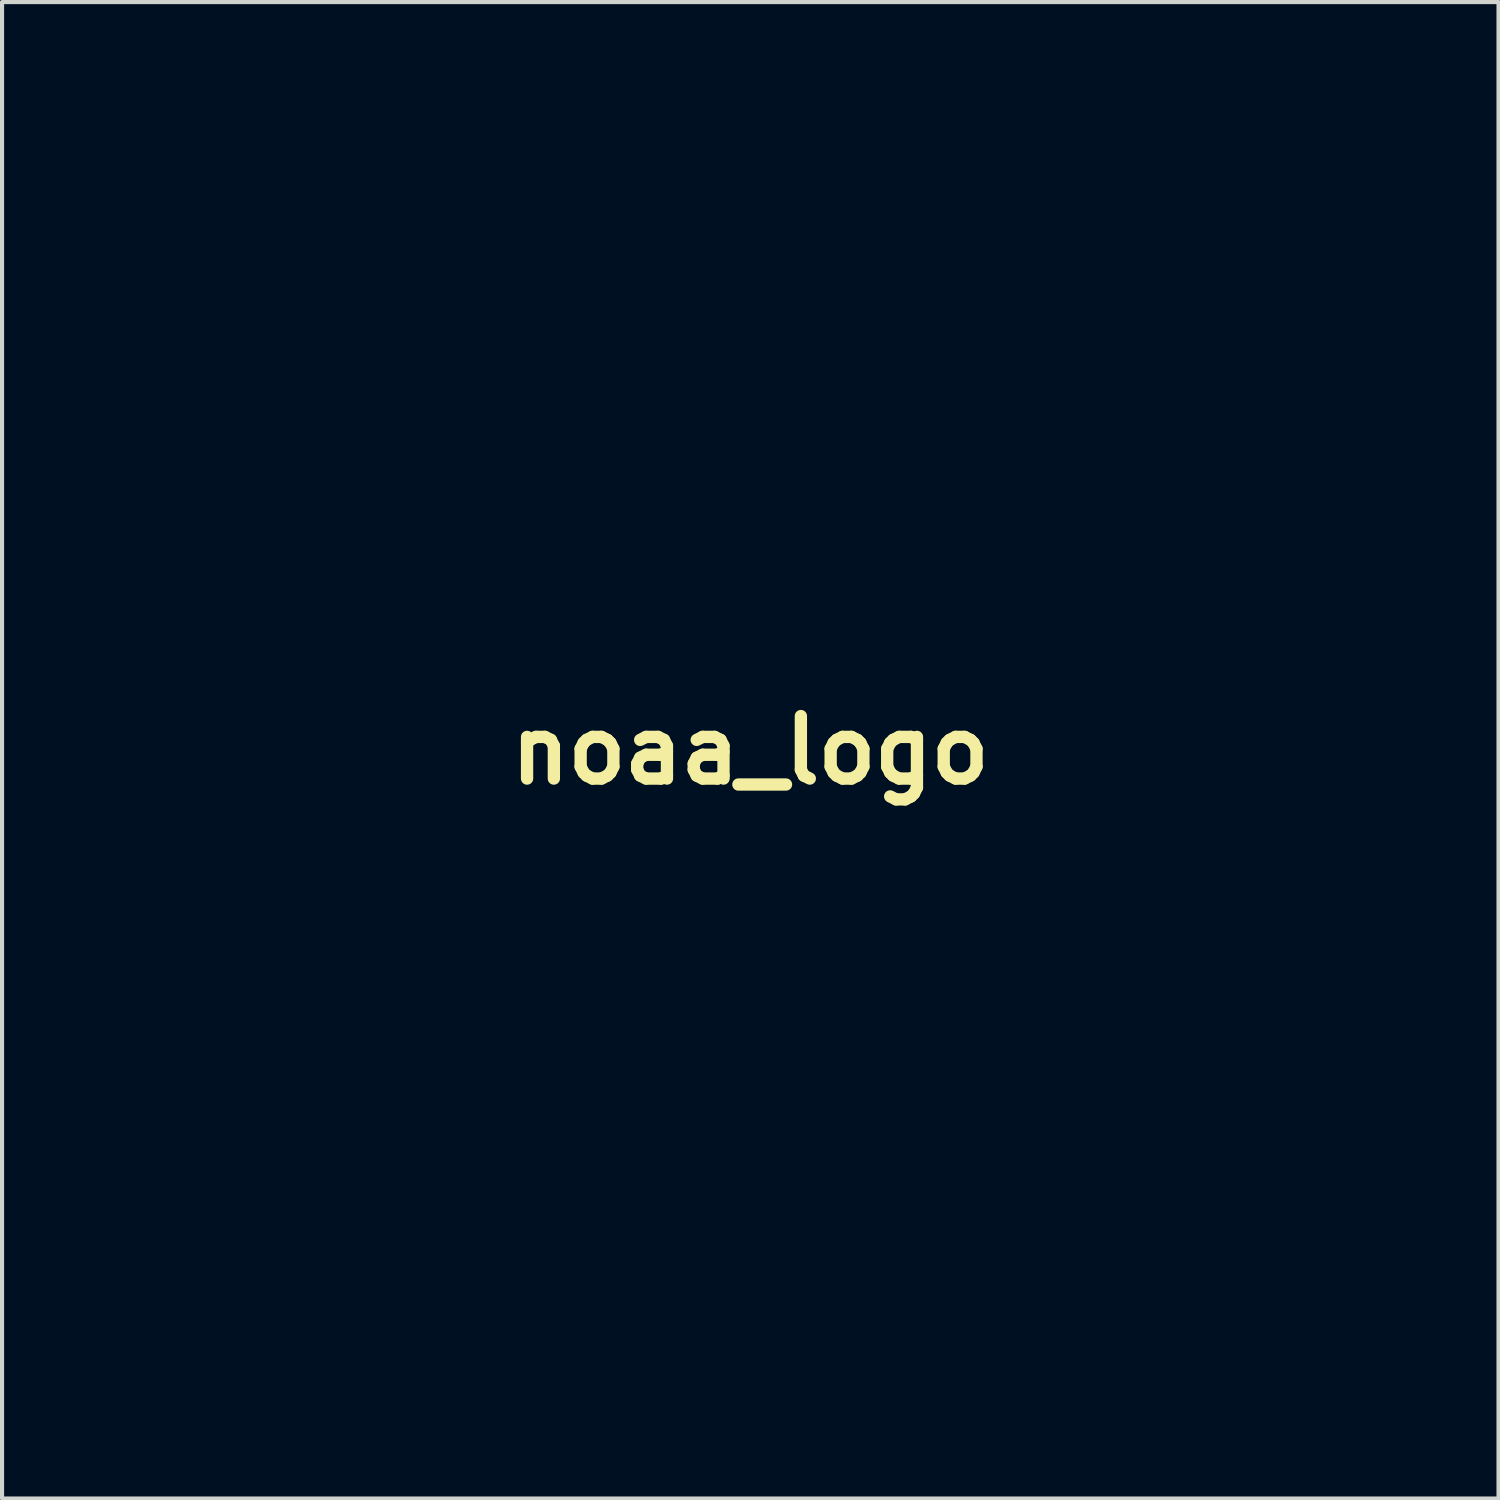
<source format=kicad_pcb>
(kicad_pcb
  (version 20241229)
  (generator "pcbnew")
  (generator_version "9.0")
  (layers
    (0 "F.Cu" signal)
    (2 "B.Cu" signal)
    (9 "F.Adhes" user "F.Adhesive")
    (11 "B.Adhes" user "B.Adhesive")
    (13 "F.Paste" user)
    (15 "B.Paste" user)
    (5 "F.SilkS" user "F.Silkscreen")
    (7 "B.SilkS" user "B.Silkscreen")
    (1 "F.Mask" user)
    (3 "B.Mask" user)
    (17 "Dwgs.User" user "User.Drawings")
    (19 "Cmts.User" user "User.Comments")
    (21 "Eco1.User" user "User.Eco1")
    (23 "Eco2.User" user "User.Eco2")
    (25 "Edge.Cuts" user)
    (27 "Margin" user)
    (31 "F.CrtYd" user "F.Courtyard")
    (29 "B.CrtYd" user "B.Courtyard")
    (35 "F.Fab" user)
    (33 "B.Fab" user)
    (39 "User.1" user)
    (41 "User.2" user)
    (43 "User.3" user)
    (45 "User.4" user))
  (footprint "noaa_logo"
    (layer "F.Cu")
    (at 15.245 15.245)
    (property "Reference" "noaa_logo" (at 0 0 0) (layer "F.SilkS") (effects (font (size 1.524 1.524) (thickness 0.3))))
    (attr through_hole)
    (fp_poly (pts (xy -11.051 -9.675) (xy -11.004 -9.651) (xy -10.892 -9.529) (xy -10.892 -9.439) (xy -10.975 -9.325) (xy -11.087 -9.367) (xy -11.211 -9.525) (xy -11.283 -9.684) (xy -11.228 -9.735) (xy -11.051 -9.675)) (stroke (width 0.01) (type solid)) (fill no) (layer "Eco2.User"))
    (fp_poly (pts (xy 10.739 -10.303) (xy 10.729 -10.202) (xy 10.665 -10.07) (xy 10.54 -9.926) (xy 10.421 -9.939) (xy 10.357 -10.042) (xy 10.374 -10.192) (xy 10.511 -10.301) (xy 10.647 -10.328) (xy 10.739 -10.303)) (stroke (width 0.01) (type solid)) (fill no) (layer "Eco2.User"))
    (fp_poly (pts (xy -13.999 -3.419) (xy -14.015 -3.281) (xy -14.033 -3.232) (xy -14.086 -3.116) (xy -14.158 -3.102) (xy -14.305 -3.187) (xy -14.341 -3.211) (xy -14.582 -3.369) (xy -14.312 -3.428) (xy -14.089 -3.462) (xy -13.999 -3.419)) (stroke (width 0.01) (type solid)) (fill no) (layer "Eco2.User"))
    (fp_poly (pts (xy -7.043 12.35) (xy -7.065 12.524) (xy -7.075 12.563) (xy -7.15 12.746) (xy -7.25 12.765) (xy -7.36 12.665) (xy -7.404 12.555) (xy -7.313 12.445) (xy -7.269 12.413) (xy -7.105 12.318) (xy -7.043 12.35)) (stroke (width 0.01) (type solid)) (fill no) (layer "Eco2.User"))
    (fp_poly (pts (xy -2.882 -14.587) (xy -2.834 -14.525) (xy -2.722 -14.318) (xy -2.746 -14.183) (xy -2.888 -14.139) (xy -3.017 -14.175) (xy -3.015 -14.273) (xy -2.966 -14.48) (xy -2.961 -14.548) (xy -2.945 -14.634) (xy -2.882 -14.587)) (stroke (width 0.01) (type solid)) (fill no) (layer "Eco2.User"))
    (fp_poly (pts (xy -0.88 14.295) (xy -0.762 14.476) (xy -0.618 14.73) (xy -0.616 14.733) (xy -0.343 15.24) (xy -1.058 15.24) (xy -1.03 14.732) (xy -1.006 14.464) (xy -0.974 14.281) (xy -0.945 14.225) (xy -0.88 14.295)) (stroke (width 0.01) (type solid)) (fill no) (layer "Eco2.User"))
    (fp_poly (pts (xy 14.592 -0.799) (xy 14.705 -0.756) (xy 14.944 -0.665) (xy 14.732 -0.547) (xy 14.527 -0.447) (xy 14.426 -0.454) (xy 14.395 -0.575) (xy 14.393 -0.635) (xy 14.4 -0.787) (xy 14.451 -0.835) (xy 14.592 -0.799)) (stroke (width 0.01) (type solid)) (fill no) (layer "Eco2.User"))
    (fp_poly (pts (xy -14.224 2.359) (xy -14.196 2.506) (xy -14.173 2.575) (xy -14.149 2.662) (xy -14.193 2.692) (xy -14.342 2.671) (xy -14.505 2.636) (xy -14.744 2.582) (xy -14.484 2.429) (xy -14.315 2.35) (xy -14.228 2.347) (xy -14.224 2.359)) (stroke (width 0.01) (type solid)) (fill no) (layer "Eco2.User"))
    (fp_poly (pts (xy -7.166 -12.976) (xy -7.049 -12.836) (xy -6.979 -12.689) (xy -6.982 -12.621) (xy -7.1 -12.53) (xy -7.218 -12.583) (xy -7.295 -12.76) (xy -7.299 -12.785) (xy -7.309 -12.962) (xy -7.281 -13.039) (xy -7.28 -13.039) (xy -7.166 -12.976)) (stroke (width 0.01) (type solid)) (fill no) (layer "Eco2.User"))
    (fp_poly (pts (xy -10.092 9.762) (xy -9.938 9.981) (xy -9.936 10.175) (xy -10.089 10.38) (xy -10.166 10.449) (xy -10.396 10.615) (xy -10.567 10.653) (xy -10.73 10.563) (xy -10.822 10.473) (xy -11.005 10.278) (xy -10.641 9.921) (xy -10.277 9.564) (xy -10.092 9.762)) (stroke (width 0.01) (type solid)) (fill no) (layer "Eco2.User"))
    (fp_poly (pts (xy 4.093 -14.511) (xy 4.256 -14.389) (xy 4.348 -14.248) (xy 4.348 -14.179) (xy 4.236 -14.091) (xy 4.039 -14.057) (xy 3.833 -14.084) (xy 3.757 -14.119) (xy 3.708 -14.235) (xy 3.744 -14.399) (xy 3.836 -14.531) (xy 3.915 -14.563) (xy 4.093 -14.511)) (stroke (width 0.01) (type solid)) (fill no) (layer "Eco2.User"))
    (fp_poly (pts (xy 7.857 -12.855) (xy 8.055 -12.715) (xy 8.118 -12.61) (xy 8.063 -12.502) (xy 8.026 -12.463) (xy 7.863 -12.37) (xy 7.674 -12.417) (xy 7.531 -12.517) (xy 7.402 -12.642) (xy 7.4 -12.75) (xy 7.462 -12.85) (xy 7.585 -13.027) (xy 7.857 -12.855)) (stroke (width 0.01) (type solid)) (fill no) (layer "Eco2.User"))
    (fp_poly (pts (xy 11.664 8.396) (xy 11.712 8.509) (xy 11.65 8.681) (xy 11.62 8.734) (xy 11.463 8.929) (xy 11.314 8.959) (xy 11.181 8.853) (xy 11.129 8.729) (xy 11.19 8.567) (xy 11.222 8.515) (xy 11.389 8.333) (xy 11.551 8.316) (xy 11.664 8.396)) (stroke (width 0.01) (type solid)) (fill no) (layer "Eco2.User"))
    (fp_poly (pts (xy 14.875 -2.3) (xy 14.924 -2.097) (xy 14.924 -2.095) (xy 14.925 -1.833) (xy 14.85 -1.668) (xy 14.722 -1.625) (xy 14.58 -1.71) (xy 14.495 -1.879) (xy 14.485 -2.088) (xy 14.544 -2.263) (xy 14.612 -2.319) (xy 14.785 -2.363) (xy 14.875 -2.3)) (stroke (width 0.01) (type solid)) (fill no) (layer "Eco2.User"))
    (fp_poly (pts (xy -8.082 11.467) (xy -8.039 11.501) (xy -7.903 11.672) (xy -7.904 11.818) (xy -8.009 11.91) (xy -8.184 11.922) (xy -8.397 11.825) (xy -8.409 11.816) (xy -8.512 11.705) (xy -8.484 11.578) (xy -8.452 11.522) (xy -8.345 11.382) (xy -8.241 11.364) (xy -8.082 11.467)) (stroke (width 0.01) (type solid)) (fill no) (layer "Eco2.User"))
    (fp_poly (pts (xy 11.696 -9.489) (xy 11.834 -9.239) (xy 11.81 -9.015) (xy 11.657 -8.82) (xy 11.434 -8.683) (xy 11.191 -8.64) (xy 10.993 -8.697) (xy 10.946 -8.742) (xy 10.841 -8.905) (xy 10.835 -9.037) (xy 10.941 -9.182) (xy 11.147 -9.362) (xy 11.539 -9.683) (xy 11.696 -9.489)) (stroke (width 0.01) (type solid)) (fill no) (layer "Eco2.User"))
    (fp_poly (pts (xy -14.376 -0.983) (xy -14.162 -0.883) (xy -14.014 -0.718) (xy -13.962 -0.515) (xy -14.036 -0.297) (xy -14.103 -0.218) (xy -14.315 -0.109) (xy -14.587 -0.093) (xy -14.836 -0.167) (xy -14.931 -0.24) (xy -15.056 -0.478) (xy -15.03 -0.714) (xy -14.882 -0.884) (xy -14.627 -0.992) (xy -14.376 -0.983)) (stroke (width 0.01) (type solid)) (fill no) (layer "Eco2.User"))
    (fp_poly (pts (xy 14.647 2.044) (xy 14.831 2.2) (xy 14.901 2.405) (xy 14.83 2.645) (xy 14.647 2.806) (xy 14.395 2.869) (xy 14.12 2.819) (xy 13.989 2.747) (xy 13.835 2.549) (xy 13.814 2.306) (xy 13.932 2.082) (xy 13.934 2.08) (xy 14.146 1.967) (xy 14.401 1.96) (xy 14.647 2.044)) (stroke (width 0.01) (type solid)) (fill no) (layer "Eco2.User"))
    (fp_poly (pts (xy -12.996 -6.493) (xy -12.769 -6.323) (xy -12.7 -6.223) (xy -12.637 -6.048) (xy -12.681 -5.888) (xy -12.732 -5.804) (xy -12.936 -5.63) (xy -13.202 -5.592) (xy -13.489 -5.694) (xy -13.528 -5.72) (xy -13.685 -5.919) (xy -13.714 -6.163) (xy -13.615 -6.389) (xy -13.518 -6.476) (xy -13.267 -6.55) (xy -12.996 -6.493)) (stroke (width 0.01) (type solid)) (fill no) (layer "Eco2.User"))
    (fp_poly (pts (xy -5.982 12.673) (xy -5.812 12.763) (xy -5.776 12.785) (xy -5.599 12.91) (xy -5.55 13.013) (xy -5.588 13.124) (xy -5.672 13.25) (xy -5.771 13.277) (xy -5.94 13.209) (xy -6.032 13.16) (xy -6.214 13.039) (xy -6.253 12.925) (xy -6.164 12.765) (xy -6.16 12.759) (xy -6.078 12.673) (xy -5.982 12.673)) (stroke (width 0.01) (type solid)) (fill no) (layer "Eco2.User"))
    (fp_poly (pts (xy 1.522 -14.979) (xy 1.687 -14.82) (xy 1.765 -14.587) (xy 1.728 -14.312) (xy 1.708 -14.265) (xy 1.534 -14.03) (xy 1.308 -13.946) (xy 1.095 -13.999) (xy 0.95 -14.113) (xy 0.88 -14.306) (xy 0.863 -14.454) (xy 0.863 -14.697) (xy 0.927 -14.844) (xy 1.057 -14.951) (xy 1.302 -15.034) (xy 1.522 -14.979)) (stroke (width 0.01) (type solid)) (fill no) (layer "Eco2.User"))
    (fp_poly (pts (xy 2.739 13.819) (xy 2.948 13.95) (xy 3.093 14.163) (xy 3.133 14.37) (xy 3.07 14.577) (xy 2.919 14.772) (xy 2.735 14.89) (xy 2.667 14.901) (xy 2.517 14.845) (xy 2.371 14.732) (xy 2.25 14.523) (xy 2.203 14.259) (xy 2.236 14.015) (xy 2.303 13.902) (xy 2.51 13.795) (xy 2.739 13.819)) (stroke (width 0.01) (type solid)) (fill no) (layer "Eco2.User"))
    (fp_poly (pts (xy 7.243 12.242) (xy 7.445 12.415) (xy 7.594 12.696) (xy 7.593 12.951) (xy 7.444 13.152) (xy 7.432 13.161) (xy 7.212 13.275) (xy 7.026 13.254) (xy 6.818 13.091) (xy 6.812 13.085) (xy 6.643 12.829) (xy 6.62 12.569) (xy 6.746 12.344) (xy 6.759 12.332) (xy 7 12.205) (xy 7.243 12.242)) (stroke (width 0.01) (type solid)) (fill no) (layer "Eco2.User"))
    (fp_poly (pts (xy -0.045 -15.23) (xy 0.058 -15.191) (xy 0.065 -15.106) (xy 0.062 -15.092) (xy 0.014 -14.924) (xy -0.057 -14.67) (xy -0.093 -14.541) (xy -0.165 -14.31) (xy -0.227 -14.165) (xy -0.25 -14.14) (xy -0.298 -14.215) (xy -0.379 -14.409) (xy -0.477 -14.682) (xy -0.48 -14.691) (xy -0.664 -15.24) (xy -0.28 -15.24) (xy -0.045 -15.23)) (stroke (width 0.01) (type solid)) (fill no) (layer "Eco2.User"))
    (fp_poly (pts (xy -4.443 -14.204) (xy -4.386 -14.14) (xy -4.278 -13.921) (xy -4.233 -13.662) (xy -4.261 -13.445) (xy -4.371 -13.326) (xy -4.451 -13.291) (xy -4.65 -13.226) (xy -4.771 -13.244) (xy -4.858 -13.37) (xy -4.945 -13.604) (xy -5.041 -13.909) (xy -5.066 -14.094) (xy -5.013 -14.197) (xy -4.874 -14.255) (xy -4.81 -14.27) (xy -4.593 -14.288) (xy -4.443 -14.204)) (stroke (width 0.01) (type solid)) (fill no) (layer "Eco2.User"))
    (fp_poly (pts (xy -4.091 -7.871) (xy -3.829 -7.857) (xy -3.657 -7.824) (xy -3.537 -7.764) (xy -3.429 -7.67) (xy -3.423 -7.664) (xy -3.347 -7.584) (xy -3.293 -7.501) (xy -3.257 -7.388) (xy -3.236 -7.217) (xy -3.227 -6.963) (xy -3.228 -6.598) (xy -3.235 -6.095) (xy -3.236 -5.992) (xy -3.26 -4.53) (xy -3.937 -4.53) (xy -3.984 -7.291) (xy -4.299 -7.265) (xy -4.614 -7.239) (xy -4.661 -4.487) (xy -5.334 -4.487) (xy -5.334 -7.874) (xy -4.483 -7.874) (xy -4.091 -7.871)) (stroke (width 0.01) (type solid)) (fill no) (layer "Eco2.User"))
    (fp_poly (pts (xy 1.543 -7.865) (xy 1.773 -7.834) (xy 1.927 -7.771) (xy 2.015 -7.702) (xy 2.114 -7.598) (xy 2.186 -7.48) (xy 2.235 -7.321) (xy 2.263 -7.095) (xy 2.276 -6.776) (xy 2.276 -6.337) (xy 2.268 -5.842) (xy 2.244 -4.53) (xy 1.566 -4.53) (xy 1.524 -5.165) (xy 1.482 -5.8) (xy 0.889 -5.8) (xy 0.864 -5.144) (xy 0.84 -4.487) (xy 0.519 -4.487) (xy 0.296 -4.501) (xy 0.154 -4.535) (xy 0.141 -4.544) (xy 0.116 -4.652) (xy 0.098 -4.894) (xy 0.088 -5.236) (xy 0.085 -5.64) (xy 0.089 -6.073) (xy 0.099 -6.5) (xy 0.103 -6.605) (xy 0.856 -6.605) (xy 0.911 -6.432) (xy 1.046 -6.364) (xy 1.206 -6.366) (xy 1.369 -6.39) (xy 1.451 -6.454) (xy 1.479 -6.603) (xy 1.482 -6.816) (xy 1.482 -7.239) (xy 1.185 -7.239) (xy 0.992 -7.226) (xy 0.903 -7.156) (xy 0.868 -6.978) (xy 0.862 -6.913) (xy 0.856 -6.605) (xy 0.103 -6.605) (xy 0.115 -6.884) (xy 0.137 -7.191) (xy 0.164 -7.386) (xy 0.173 -7.417) (xy 0.283 -7.631) (xy 0.442 -7.767) (xy 0.686 -7.841) (xy 1.05 -7.869) (xy 1.191 -7.871) (xy 1.543 -7.865)) (stroke (width 0.01) (type solid)) (fill no) (layer "Eco2.User"))
    (fp_poly (pts (xy 4.254 -7.869) (xy 4.48 -7.845) (xy 4.632 -7.792) (xy 4.755 -7.698) (xy 4.788 -7.666) (xy 4.862 -7.586) (xy 4.916 -7.501) (xy 4.953 -7.384) (xy 4.977 -7.208) (xy 4.989 -6.947) (xy 4.994 -6.574) (xy 4.995 -6.063) (xy 4.995 -5.968) (xy 4.995 -4.478) (xy 4.636 -4.504) (xy 4.276 -4.53) (xy 4.226 -5.852) (xy 3.912 -5.826) (xy 3.598 -5.8) (xy 3.574 -5.144) (xy 3.549 -4.487) (xy 2.879 -4.487) (xy 2.879 -5.958) (xy 2.88 -6.495) (xy 2.883 -6.669) (xy 3.565 -6.669) (xy 3.584 -6.489) (xy 3.59 -6.468) (xy 3.7 -6.383) (xy 3.893 -6.353) (xy 4.089 -6.379) (xy 4.205 -6.456) (xy 4.295 -6.733) (xy 4.284 -7.059) (xy 4.276 -7.096) (xy 4.218 -7.225) (xy 4.095 -7.271) (xy 3.913 -7.265) (xy 3.707 -7.235) (xy 3.613 -7.155) (xy 3.577 -6.971) (xy 3.572 -6.913) (xy 3.565 -6.669) (xy 2.883 -6.669) (xy 2.886 -6.89) (xy 2.9 -7.17) (xy 2.923 -7.363) (xy 2.96 -7.496) (xy 3.013 -7.595) (xy 3.054 -7.651) (xy 3.155 -7.763) (xy 3.27 -7.83) (xy 3.442 -7.862) (xy 3.717 -7.873) (xy 3.905 -7.874) (xy 4.254 -7.869)) (stroke (width 0.01) (type solid)) (fill no) (layer "Eco2.User"))
    (fp_poly (pts (xy -1.195 -7.868) (xy -0.971 -7.844) (xy -0.825 -7.79) (xy -0.71 -7.696) (xy -0.692 -7.678) (xy -0.621 -7.592) (xy -0.571 -7.489) (xy -0.538 -7.342) (xy -0.519 -7.12) (xy -0.511 -6.794) (xy -0.508 -6.335) (xy -0.508 -6.211) (xy -0.509 -5.722) (xy -0.515 -5.373) (xy -0.529 -5.134) (xy -0.557 -4.977) (xy -0.603 -4.872) (xy -0.67 -4.789) (xy -0.722 -4.739) (xy -0.893 -4.616) (xy -1.112 -4.547) (xy -1.438 -4.514) (xy -1.463 -4.513) (xy -1.774 -4.512) (xy -2.039 -4.535) (xy -2.171 -4.567) (xy -2.338 -4.657) (xy -2.458 -4.78) (xy -2.54 -4.963) (xy -2.59 -5.231) (xy -2.616 -5.611) (xy -2.624 -6.121) (xy -1.945 -6.121) (xy -1.941 -5.771) (xy -1.929 -5.475) (xy -1.907 -5.275) (xy -1.887 -5.217) (xy -1.769 -5.183) (xy -1.56 -5.179) (xy -1.527 -5.182) (xy -1.228 -5.207) (xy -1.228 -7.239) (xy -1.515 -7.266) (xy -1.749 -7.254) (xy -1.874 -7.182) (xy -1.904 -7.054) (xy -1.926 -6.805) (xy -1.939 -6.48) (xy -1.945 -6.121) (xy -2.624 -6.121) (xy -2.624 -6.128) (xy -2.625 -6.246) (xy -2.623 -6.723) (xy -2.617 -7.061) (xy -2.6 -7.291) (xy -2.569 -7.444) (xy -2.52 -7.548) (xy -2.447 -7.636) (xy -2.417 -7.666) (xy -2.292 -7.773) (xy -2.151 -7.835) (xy -1.946 -7.865) (xy -1.629 -7.874) (xy -1.543 -7.874) (xy -1.195 -7.868)) (stroke (width 0.01) (type solid)) (fill no) (layer "Eco2.User"))
    (fp_poly (pts (xy -0.931 -14.568) (xy -0.919 -14.208) (xy -0.889 -13.966) (xy -0.848 -13.854) (xy -0.805 -13.88) (xy -0.767 -14.056) (xy -0.745 -14.327) (xy -0.72 -14.859) (xy -0.558 -14.436) (xy -0.417 -14.095) (xy -0.308 -13.912) (xy -0.217 -13.882) (xy -0.13 -14) (xy -0.042 -14.237) (xy 0.062 -14.523) (xy 0.155 -14.72) (xy 0.223 -14.808) (xy 0.254 -14.767) (xy 0.252 -14.69) (xy 0.238 -14.395) (xy 0.252 -14.131) (xy 0.29 -13.946) (xy 0.339 -13.885) (xy 0.381 -13.965) (xy 0.41 -14.181) (xy 0.423 -14.502) (xy 0.423 -14.563) (xy 0.423 -15.24) (xy 1.11 -15.24) (xy 0.874 -15.037) (xy 0.695 -14.783) (xy 0.63 -14.468) (xy 0.686 -14.157) (xy 0.798 -13.977) (xy 1.03 -13.833) (xy 1.324 -13.798) (xy 1.611 -13.868) (xy 1.772 -13.984) (xy 2.128 -13.984) (xy 2.132 -13.951) (xy 2.229 -13.775) (xy 2.427 -13.626) (xy 2.658 -13.55) (xy 2.694 -13.548) (xy 2.856 -13.585) (xy 2.916 -13.611) (xy 3.315 -13.611) (xy 3.315 -13.492) (xy 3.378 -13.462) (xy 3.456 -13.533) (xy 3.54 -13.707) (xy 3.546 -13.722) (xy 3.611 -13.874) (xy 3.7 -13.936) (xy 3.856 -13.917) (xy 4.121 -13.825) (xy 4.248 -13.854) (xy 4.403 -13.974) (xy 4.53 -14.132) (xy 4.572 -14.253) (xy 4.494 -14.426) (xy 4.282 -14.588) (xy 3.971 -14.713) (xy 3.959 -14.716) (xy 3.643 -14.802) (xy 3.553 -14.45) (xy 3.475 -14.16) (xy 3.396 -13.894) (xy 3.383 -13.852) (xy 3.315 -13.611) (xy 2.916 -13.611) (xy 2.969 -13.634) (xy 3.104 -13.796) (xy 3.133 -13.96) (xy 3.103 -14.129) (xy 2.987 -14.25) (xy 2.794 -14.351) (xy 2.571 -14.491) (xy 2.459 -14.644) (xy 2.472 -14.777) (xy 2.561 -14.839) (xy 2.738 -14.844) (xy 2.922 -14.771) (xy 3.037 -14.654) (xy 3.048 -14.608) (xy 3.093 -14.493) (xy 3.133 -14.478) (xy 3.202 -14.549) (xy 3.217 -14.644) (xy 3.145 -14.816) (xy 2.963 -14.934) (xy 2.729 -14.988) (xy 2.495 -14.968) (xy 2.319 -14.864) (xy 2.286 -14.817) (xy 2.246 -14.592) (xy 2.36 -14.391) (xy 2.611 -14.242) (xy 2.624 -14.237) (xy 2.843 -14.114) (xy 2.947 -13.957) (xy 2.914 -13.804) (xy 2.896 -13.784) (xy 2.739 -13.73) (xy 2.538 -13.77) (xy 2.367 -13.877) (xy 2.31 -13.974) (xy 2.234 -14.118) (xy 2.156 -14.119) (xy 2.128 -13.984) (xy 1.772 -13.984) (xy 1.775 -13.986) (xy 1.917 -14.243) (xy 1.949 -14.546) (xy 1.879 -14.84) (xy 1.717 -15.071) (xy 1.582 -15.155) (xy 1.633 -15.167) (xy 1.844 -15.179) (xy 2.206 -15.19) (xy 2.71 -15.201) (xy 3.346 -15.21) (xy 4.106 -15.217) (xy 4.981 -15.224) (xy 5.96 -15.229) (xy 7.036 -15.233) (xy 8.199 -15.235) (xy 8.319 -15.235) (xy 15.24 -15.24) (xy 15.24 -8.001) (xy 15.24 -6.91) (xy 15.239 -5.869) (xy 15.237 -4.89) (xy 15.235 -3.986) (xy 15.233 -3.168) (xy 15.23 -2.449) (xy 15.227 -1.841) (xy 15.223 -1.357) (xy 15.22 -1.009) (xy 15.216 -0.808) (xy 15.212 -0.762) (xy 15.125 -0.787) (xy 14.918 -0.854) (xy 14.633 -0.95) (xy 14.563 -0.974) (xy 14.209 -1.092) (xy 13.985 -1.158) (xy 13.862 -1.176) (xy 13.81 -1.152) (xy 13.801 -1.102) (xy 13.873 -1.022) (xy 14.012 -0.966) (xy 14.16 -0.898) (xy 14.217 -0.756) (xy 14.224 -0.618) (xy 14.197 -0.398) (xy 14.099 -0.294) (xy 14.055 -0.279) (xy 13.917 -0.194) (xy 13.885 -0.118) (xy 13.92 -0.064) (xy 14.044 -0.077) (xy 14.285 -0.162) (xy 14.33 -0.179) (xy 14.707 -0.329) (xy 14.956 -0.426) (xy 15.104 -0.481) (xy 15.18 -0.504) (xy 15.203 -0.508) (xy 15.228 -0.433) (xy 15.24 -0.25) (xy 15.24 -0.212) (xy 15.219 -0.016) (xy 15.166 0.082) (xy 15.155 0.085) (xy 15.092 0.157) (xy 15.071 0.296) (xy 15.063 0.403) (xy 15.017 0.466) (xy 14.896 0.497) (xy 14.667 0.507) (xy 14.419 0.508) (xy 14.069 0.521) (xy 13.882 0.554) (xy 13.857 0.598) (xy 13.989 0.644) (xy 14.276 0.681) (xy 14.478 0.694) (xy 14.774 0.712) (xy 14.942 0.743) (xy 15.021 0.805) (xy 15.051 0.916) (xy 15.055 0.954) (xy 15.098 1.106) (xy 15.161 1.139) (xy 15.175 1.214) (xy 15.188 1.451) (xy 15.2 1.843) (xy 15.21 2.384) (xy 15.219 3.068) (xy 15.227 3.886) (xy 15.233 4.832) (xy 15.237 5.9) (xy 15.239 7.082) (xy 15.24 8.165) (xy 15.24 15.24) (xy 0.762 15.24) (xy 0.762 14.653) (xy 0.767 14.343) (xy 0.771 14.309) (xy 1.994 14.309) (xy 2.059 14.634) (xy 2.23 14.876) (xy 2.471 15.018) (xy 2.743 15.045) (xy 3.011 14.939) (xy 3.154 14.807) (xy 3.286 14.537) (xy 3.294 14.241) (xy 3.194 13.962) (xy 3.006 13.746) (xy 2.748 13.637) (xy 2.67 13.631) (xy 2.332 13.698) (xy 2.105 13.89) (xy 2 14.196) (xy 1.994 14.309) (xy 0.771 14.309) (xy 0.788 14.163) (xy 0.838 14.076) (xy 0.928 14.042) (xy 0.946 14.039) (xy 1.11 13.969) (xy 1.169 13.894) (xy 1.158 13.814) (xy 1.025 13.824) (xy 1.006 13.829) (xy 0.79 13.864) (xy 0.51 13.883) (xy 0.445 13.884) (xy 0.225 13.903) (xy 0.097 13.948) (xy 0.085 13.97) (xy 0.158 14.029) (xy 0.336 14.055) (xy 0.339 14.055) (xy 0.593 14.055) (xy 0.593 15.24) (xy -0.128 15.24) (xy -0.097 14.563) (xy -0.091 14.184) (xy -0.113 13.955) (xy -0.156 13.885) (xy -0.208 13.963) (xy -0.25 14.169) (xy -0.271 14.415) (xy -0.296 14.944) (xy -0.567 14.478) (xy -0.721 14.214) (xy -0.848 13.998) (xy -0.911 13.892) (xy -1.013 13.793) (xy -1.095 13.851) (xy -1.153 14.056) (xy -1.183 14.396) (xy -1.185 14.568) (xy -1.185 15.24) (xy -15.24 15.24) (xy -15.24 15.059) (xy -2.558 15.059) (xy -2.232 15.093) (xy -1.883 15.127) (xy -1.671 15.139) (xy -1.563 15.128) (xy -1.526 15.095) (xy -1.524 15.079) (xy -1.6 15.025) (xy -1.794 14.97) (xy -1.953 14.943) (xy -2.211 14.895) (xy -2.328 14.836) (xy -2.334 14.759) (xy -2.29 14.592) (xy -2.286 14.544) (xy -2.208 14.494) (xy -1.985 14.498) (xy -1.905 14.507) (xy -1.679 14.524) (xy -1.543 14.506) (xy -1.524 14.485) (xy -1.6 14.39) (xy -1.795 14.326) (xy -1.992 14.309) (xy -2.197 14.263) (xy -2.259 14.127) (xy -2.232 14.012) (xy -2.165 13.925) (xy -2.024 13.902) (xy -1.808 13.925) (xy -1.567 13.94) (xy -1.449 13.907) (xy -1.47 13.848) (xy -1.642 13.783) (xy -1.704 13.769) (xy -2 13.716) (xy -2.2 13.716) (xy -2.327 13.793) (xy -2.407 13.972) (xy -2.462 14.277) (xy -2.5 14.578) (xy -2.558 15.059) (xy -15.24 15.059) (xy -15.24 14.538) (xy -4.199 14.538) (xy -4.191 14.633) (xy -4.113 14.625) (xy -4.029 14.479) (xy -3.954 14.225) (xy -3.932 14.112) (xy -3.878 13.907) (xy -3.818 13.86) (xy -3.763 13.964) (xy -3.721 14.207) (xy -3.709 14.344) (xy -3.678 14.591) (xy -3.627 14.755) (xy -3.596 14.79) (xy -3.51 14.738) (xy -3.374 14.574) (xy -3.225 14.352) (xy -3.077 14.113) (xy -2.966 13.945) (xy -2.918 13.885) (xy -2.925 13.959) (xy -2.966 14.149) (xy -3.012 14.33) (xy -3.089 14.629) (xy -3.123 14.801) (xy -3.115 14.879) (xy -3.069 14.901) (xy -3.051 14.901) (xy -2.983 14.827) (xy -2.905 14.641) (xy -2.877 14.541) (xy -2.799 14.243) (xy -2.725 13.961) (xy -2.712 13.912) (xy -2.681 13.708) (xy -2.735 13.61) (xy -2.761 13.597) (xy -2.88 13.64) (xy -3.057 13.831) (xy -3.195 14.026) (xy -3.363 14.272) (xy -3.464 14.393) (xy -3.521 14.405) (xy -3.559 14.326) (xy -3.567 14.299) (xy -3.606 14.081) (xy -3.63 13.802) (xy -3.632 13.746) (xy -3.668 13.498) (xy 3.387 13.498) (xy 3.41 13.586) (xy 3.467 13.765) (xy 3.467 13.767) (xy 3.541 14.011) (xy 3.623 14.307) (xy 3.64 14.372) (xy 3.723 14.608) (xy 3.806 14.722) (xy 3.864 14.707) (xy 3.875 14.554) (xy 3.859 14.443) (xy 3.837 14.248) (xy 3.893 14.144) (xy 4.068 14.067) (xy 4.104 14.055) (xy 4.298 13.973) (xy 4.399 13.893) (xy 4.403 13.879) (xy 4.399 13.822) (xy 4.357 13.808) (xy 4.23 13.838) (xy 4.068 13.884) (xy 3.844 13.926) (xy 3.726 13.885) (xy 3.71 13.863) (xy 3.646 13.683) (xy 3.733 13.564) (xy 3.938 13.499) (xy 4.171 13.429) (xy 4.192 13.414) (xy 5.183 13.414) (xy 5.286 13.7) (xy 5.479 13.914) (xy 5.73 14.033) (xy 6.007 14.033) (xy 6.263 13.904) (xy 6.404 13.718) (xy 6.416 13.502) (xy 6.387 13.342) (xy 6.354 13.337) (xy 6.318 13.42) (xy 6.204 13.676) (xy 6.091 13.811) (xy 5.939 13.865) (xy 5.914 13.868) (xy 5.68 13.824) (xy 5.497 13.662) (xy 5.39 13.432) (xy 5.38 13.184) (xy 5.491 12.967) (xy 5.496 12.961) (xy 5.703 12.814) (xy 5.88 12.797) (xy 5.969 12.869) (xy 6.072 12.948) (xy 6.164 12.923) (xy 6.181 12.868) (xy 6.112 12.771) (xy 6.042 12.728) (xy 6.43 12.728) (xy 6.535 13.028) (xy 6.682 13.215) (xy 6.967 13.414) (xy 7.248 13.446) (xy 7.52 13.311) (xy 7.582 13.254) (xy 7.756 12.976) (xy 7.77 12.668) (xy 7.623 12.351) (xy 7.57 12.283) (xy 7.308 12.073) (xy 7.02 12.03) (xy 6.718 12.154) (xy 6.658 12.198) (xy 6.47 12.439) (xy 6.43 12.728) (xy 6.042 12.728) (xy 5.981 12.69) (xy 5.737 12.662) (xy 5.481 12.751) (xy 5.276 12.926) (xy 5.199 13.083) (xy 5.183 13.414) (xy 4.192 13.414) (xy 4.304 13.339) (xy 4.303 13.249) (xy 4.302 13.249) (xy 4.215 13.254) (xy 4.025 13.295) (xy 3.792 13.356) (xy 3.571 13.422) (xy 3.42 13.476) (xy 3.387 13.498) (xy -3.668 13.498) (xy -3.672 13.469) (xy -3.771 13.345) (xy -3.841 13.325) (xy -3.894 13.347) (xy -3.943 13.441) (xy -4.003 13.635) (xy -4.086 13.958) (xy -4.107 14.043) (xy -4.169 14.325) (xy -4.199 14.538) (xy -15.24 14.538) (xy -15.24 13.618) (xy -6.703 13.618) (xy -6.684 13.677) (xy -6.603 13.643) (xy -6.517 13.491) (xy -6.508 13.466) (xy -6.423 13.287) (xy -6.316 13.241) (xy -6.235 13.258) (xy -5.983 13.371) (xy -5.874 13.534) (xy -5.882 13.774) (xy -5.895 13.984) (xy -5.846 14.047) (xy -5.759 13.963) (xy -5.681 13.787) (xy -5.627 13.596) (xy -5.62 13.487) (xy -5.623 13.484) (xy -5.597 13.406) (xy -5.491 13.28) (xy -5.364 13.087) (xy -5.373 13.028) (xy -5.132 13.028) (xy -5 13.101) (xy -4.974 13.111) (xy -4.809 13.186) (xy -4.741 13.235) (xy -4.767 13.325) (xy -4.833 13.528) (xy -4.911 13.758) (xy -5.017 14.077) (xy -5.067 14.268) (xy -5.066 14.363) (xy -5.019 14.393) (xy -5.002 14.393) (xy -4.939 14.319) (xy -4.846 14.125) (xy -4.744 13.852) (xy -4.742 13.846) (xy -4.643 13.558) (xy -4.567 13.399) (xy -4.486 13.336) (xy -4.371 13.338) (xy -4.299 13.351) (xy -4.12 13.37) (xy -4.08 13.334) (xy -4.161 13.261) (xy -4.349 13.165) (xy -4.573 13.081) (xy -4.821 13.012) (xy -5.015 12.982) (xy -5.128 12.988) (xy -5.132 13.028) (xy -5.373 13.028) (xy -5.393 12.905) (xy -5.583 12.722) (xy -5.716 12.64) (xy -5.994 12.498) (xy -6.167 12.455) (xy -6.266 12.506) (xy -6.291 12.552) (xy -6.347 12.682) (xy -6.449 12.911) (xy -6.551 13.141) (xy -6.664 13.429) (xy -6.703 13.618) (xy -15.24 13.618) (xy -15.24 12.89) (xy -8.043 12.89) (xy -8.022 12.946) (xy -7.928 12.931) (xy -7.762 12.861) (xy -7.505 12.815) (xy -7.307 12.911) (xy -7.203 13.125) (xy -7.197 13.211) (xy -7.179 13.411) (xy -7.132 13.459) (xy -7.069 13.37) (xy -6.999 13.155) (xy -6.951 12.926) (xy -6.886 12.505) (xy -6.863 12.228) (xy -6.883 12.074) (xy -6.946 12.023) (xy -6.953 12.023) (xy -7.06 12.072) (xy -7.249 12.201) (xy -7.48 12.375) (xy -7.714 12.564) (xy -7.909 12.736) (xy -8.026 12.858) (xy -8.043 12.89) (xy -15.24 12.89) (xy -15.24 12.236) (xy -9.068 12.236) (xy -9.028 12.257) (xy -8.909 12.157) (xy -8.832 12.071) (xy -8.645 11.854) (xy -8.349 12.029) (xy -8.119 12.138) (xy -7.953 12.142) (xy -7.889 12.116) (xy -7.709 11.95) (xy -7.68 11.742) (xy -7.799 11.511) (xy -8.058 11.277) (xy -8.14 11.223) (xy -8.364 11.084) (xy -8.746 11.631) (xy -8.924 11.905) (xy -9.032 12.113) (xy -9.068 12.236) (xy -15.24 12.236) (xy -15.24 11.284) (xy -10.19 11.284) (xy -9.835 11.615) (xy -9.631 11.786) (xy -9.469 11.886) (xy -9.401 11.897) (xy -9.411 11.819) (xy -9.524 11.67) (xy -9.635 11.559) (xy -9.816 11.384) (xy -9.886 11.276) (xy -9.863 11.19) (xy -9.805 11.125) (xy -9.705 11.042) (xy -9.607 11.043) (xy -9.457 11.136) (xy -9.365 11.205) (xy -9.179 11.326) (xy -9.051 11.37) (xy -9.026 11.359) (xy -9.057 11.268) (xy -9.191 11.134) (xy -9.232 11.102) (xy -9.398 10.948) (xy -9.481 10.808) (xy -9.483 10.79) (xy -9.426 10.649) (xy -9.277 10.623) (xy -9.07 10.712) (xy -8.969 10.786) (xy -8.745 10.952) (xy -8.601 11.006) (xy -8.556 10.943) (xy -8.62 10.859) (xy -8.773 10.716) (xy -8.967 10.555) (xy -9.154 10.414) (xy -9.284 10.335) (xy -9.306 10.329) (xy -9.386 10.389) (xy -9.543 10.546) (xy -9.746 10.77) (xy -9.778 10.807) (xy -10.19 11.284) (xy -15.24 11.284) (xy -15.24 10.287) (xy -11.268 10.287) (xy -10.969 10.562) (xy -10.722 10.759) (xy -10.518 10.828) (xy -10.306 10.784) (xy -10.218 10.743) (xy -9.965 10.552) (xy -9.791 10.304) (xy -9.739 10.099) (xy -9.791 9.925) (xy -9.927 9.703) (xy -10.004 9.607) (xy -10.271 9.303) (xy -10.77 9.795) (xy -11.268 10.287) (xy -15.24 10.287) (xy -15.24 9.318) (xy -12.023 9.318) (xy -11.958 9.396) (xy -11.938 9.398) (xy -11.864 9.329) (xy -11.853 9.266) (xy -11.894 9.178) (xy -11.938 9.186) (xy -12.019 9.295) (xy -12.023 9.318) (xy -15.24 9.318) (xy -15.24 8.278) (xy -12.785 8.278) (xy -12.728 8.405) (xy -12.59 8.582) (xy -12.422 8.754) (xy -12.272 8.87) (xy -12.215 8.89) (xy -12.093 8.845) (xy -11.983 8.776) (xy -11.881 8.601) (xy -11.876 8.321) (xy -11.97 7.968) (xy -11.982 7.938) (xy -11.976 7.798) (xy -11.865 7.728) (xy -11.705 7.751) (xy -11.633 7.796) (xy -11.538 7.974) (xy -11.549 8.151) (xy -11.563 8.326) (xy -11.502 8.364) (xy -11.493 8.361) (xy -11.388 8.249) (xy -11.365 8.047) (xy -11.427 7.817) (xy -11.471 7.737) (xy -11.621 7.583) (xy -11.826 7.548) (xy -11.88 7.552) (xy -12.067 7.589) (xy -12.136 7.688) (xy -12.141 7.832) (xy -12.113 8.106) (xy -12.066 8.361) (xy -12.035 8.548) (xy -12.077 8.624) (xy -12.179 8.636) (xy -12.363 8.572) (xy -12.506 8.418) (xy -12.571 8.233) (xy -12.529 8.083) (xy -12.467 7.952) (xy -12.483 7.893) (xy -12.568 7.903) (xy -12.675 8.013) (xy -12.761 8.167) (xy -12.785 8.278) (xy -15.24 8.278) (xy -15.24 7.882) (xy -15.24 7.71) (xy -13.123 7.71) (xy -13.059 7.787) (xy -13.039 7.789) (xy -12.964 7.72) (xy -12.954 7.657) (xy -12.995 7.57) (xy -13.039 7.578) (xy -13.12 7.686) (xy -13.123 7.71) (xy -15.24 7.71) (xy -15.24 6.598) (xy -15.24 6.527) (xy -13.717 6.527) (xy -13.665 6.772) (xy -13.524 6.983) (xy -13.321 7.102) (xy -13.243 7.112) (xy -13.049 7.074) (xy -12.782 6.978) (xy -12.613 6.899) (xy -12.382 6.768) (xy -12.229 6.655) (xy -12.192 6.603) (xy -12.201 6.544) (xy -12.25 6.531) (xy -12.372 6.573) (xy -12.597 6.679) (xy -12.743 6.75) (xy -13.092 6.888) (xy -13.335 6.904) (xy -13.482 6.795) (xy -13.532 6.654) (xy -13.514 6.482) (xy -13.373 6.321) (xy -13.091 6.151) (xy -12.992 6.103) (xy -12.766 5.976) (xy -12.632 5.86) (xy -12.611 5.78) (xy -12.689 5.757) (xy -12.813 5.799) (xy -13.024 5.903) (xy -13.266 6.038) (xy -13.487 6.174) (xy -13.63 6.28) (xy -13.651 6.303) (xy -13.717 6.527) (xy -15.24 6.527) (xy -15.24 5.473) (xy -15.239 4.496) (xy -15.237 3.657) (xy -15.237 3.558) (xy -14.817 3.558) (xy -14.802 3.617) (xy -14.734 3.632) (xy -14.577 3.601) (xy -14.297 3.52) (xy -14.274 3.513) (xy -14.029 3.449) (xy -13.858 3.423) (xy -13.813 3.431) (xy -13.845 3.508) (xy -13.971 3.669) (xy -14.165 3.878) (xy -14.166 3.878) (xy -14.424 4.165) (xy -14.548 4.363) (xy -14.537 4.469) (xy -14.462 4.487) (xy -14.332 4.466) (xy -14.095 4.412) (xy -13.849 4.348) (xy -13.566 4.264) (xy -13.35 4.185) (xy -13.256 4.137) (xy -13.199 4.049) (xy -13.289 4.022) (xy -13.513 4.059) (xy -13.71 4.112) (xy -13.961 4.18) (xy -14.136 4.215) (xy -14.187 4.213) (xy -14.152 4.139) (xy -14.029 3.975) (xy -13.846 3.756) (xy -13.84 3.75) (xy -13.599 3.456) (xy -13.483 3.264) (xy -13.491 3.167) (xy -13.62 3.155) (xy -13.695 3.169) (xy -14.146 3.285) (xy -14.498 3.393) (xy -14.729 3.486) (xy -14.816 3.555) (xy -14.817 3.558) (xy -15.237 3.558) (xy -15.235 2.946) (xy -15.232 2.602) (xy -14.985 2.602) (xy -14.914 2.7) (xy -14.796 2.75) (xy -14.299 2.862) (xy -13.945 2.929) (xy -13.716 2.956) (xy -13.589 2.943) (xy -13.547 2.892) (xy -13.547 2.885) (xy -13.618 2.812) (xy -13.731 2.779) (xy -13.906 2.673) (xy -13.996 2.506) (xy -14.034 2.314) (xy -13.965 2.183) (xy -13.885 2.117) (xy -13.757 1.985) (xy -13.726 1.884) (xy -13.807 1.88) (xy -13.987 1.95) (xy -14.227 2.069) (xy -14.487 2.217) (xy -14.726 2.368) (xy -14.905 2.502) (xy -14.984 2.595) (xy -14.985 2.602) (xy -15.232 2.602) (xy -15.231 2.352) (xy -15.226 1.865) (xy -15.219 1.474) (xy -15.21 1.17) (xy -15.209 1.159) (xy -15.154 1.159) (xy -15.137 1.52) (xy -15.093 1.774) (xy -15.027 1.899) (xy -14.976 1.899) (xy -14.936 1.791) (xy -14.951 1.652) (xy -14.968 1.547) (xy -14.93 1.482) (xy -14.806 1.441) (xy -14.561 1.408) (xy -14.401 1.392) (xy -14.043 1.342) (xy -13.848 1.286) (xy -13.815 1.236) (xy -13.945 1.201) (xy -14.238 1.193) (xy -14.393 1.2) (xy -14.703 1.214) (xy -14.88 1.206) (xy -14.962 1.168) (xy -14.985 1.088) (xy -14.986 1.045) (xy -15.02 0.873) (xy -15.071 0.804) (xy -15.123 0.845) (xy -15.151 1.032) (xy -15.154 1.159) (xy -15.209 1.159) (xy -15.199 0.94) (xy -15.185 0.776) (xy -15.169 0.667) (xy -15.15 0.602) (xy -15.127 0.571) (xy -15.102 0.563) (xy -15.072 0.568) (xy -15.071 0.568) (xy -14.885 0.587) (xy -14.624 0.578) (xy -14.335 0.55) (xy -14.069 0.506) (xy -13.874 0.455) (xy -13.801 0.404) (xy -13.878 0.359) (xy -14.115 0.346) (xy -14.513 0.364) (xy -14.52 0.364) (xy -15.24 0.415) (xy -15.24 -0.286) (xy -15.074 -0.108) (xy -14.789 0.084) (xy -14.453 0.134) (xy -14.156 0.051) (xy -13.933 -0.108) (xy -13.867 -0.239) (xy -12.944 -0.239) (xy -12.897 1.198) (xy -12.685 2.608) (xy -12.306 3.998) (xy -11.759 5.376) (xy -11.639 5.63) (xy -10.92 6.936) (xy -10.078 8.126) (xy -9.119 9.198) (xy -8.05 10.147) (xy -6.876 10.969) (xy -5.603 11.66) (xy -4.238 12.216) (xy -2.785 12.631) (xy -1.312 12.896) (xy -0.928 12.926) (xy -0.427 12.939) (xy 0.14 12.935) (xy 0.723 12.915) (xy 1.27 12.88) (xy 1.73 12.831) (xy 1.754 12.828) (xy 2.895 12.625) (xy 3.936 12.348) (xy 4.936 11.979) (xy 5.45 11.742) (xy 7.58 11.742) (xy 7.666 11.918) (xy 7.943 12.334) (xy 8.151 12.609) (xy 8.296 12.754) (xy 8.366 12.783) (xy 8.433 12.734) (xy 8.414 12.679) (xy 8.324 12.542) (xy 8.187 12.346) (xy 8.168 12.319) (xy 7.995 12.071) (xy 7.932 11.949) (xy 7.986 11.949) (xy 8.161 12.066) (xy 8.304 12.174) (xy 8.546 12.341) (xy 8.736 12.44) (xy 8.835 12.45) (xy 8.835 12.45) (xy 8.853 12.334) (xy 8.822 12.112) (xy 8.776 11.928) (xy 8.707 11.678) (xy 8.67 11.504) (xy 8.668 11.454) (xy 8.726 11.504) (xy 8.85 11.656) (xy 8.977 11.826) (xy 9.132 12.022) (xy 9.248 12.127) (xy 9.293 12.126) (xy 9.264 12.015) (xy 9.16 11.815) (xy 9.01 11.572) (xy 8.844 11.328) (xy 8.691 11.129) (xy 8.579 11.017) (xy 8.553 11.007) (xy 8.455 11.049) (xy 8.43 11.191) (xy 8.478 11.452) (xy 8.548 11.694) (xy 8.629 11.967) (xy 8.682 12.166) (xy 8.694 12.247) (xy 8.623 12.21) (xy 8.454 12.094) (xy 8.227 11.926) (xy 7.939 11.731) (xy 7.724 11.635) (xy 7.599 11.639) (xy 7.58 11.742) (xy 5.45 11.742) (xy 5.78 11.589) (xy 7.072 10.849) (xy 7.203 10.753) (xy 8.847 10.753) (xy 8.873 10.853) (xy 8.986 11.03) (xy 9.157 11.249) (xy 9.351 11.472) (xy 9.538 11.662) (xy 9.685 11.781) (xy 9.753 11.801) (xy 9.764 11.71) (xy 9.681 11.57) (xy 9.519 11.379) (xy 9.329 11.16) (xy 9.316 11.145) (xy 9.102 10.902) (xy 9.586 11.173) (xy 9.846 11.304) (xy 10.052 11.382) (xy 10.155 11.391) (xy 10.172 11.286) (xy 10.11 11.061) (xy 10.03 10.866) (xy 9.92 10.608) (xy 9.844 10.417) (xy 9.821 10.342) (xy 9.872 10.374) (xy 10.004 10.506) (xy 10.187 10.708) (xy 10.379 10.907) (xy 10.529 11.027) (xy 10.604 11.042) (xy 10.575 10.946) (xy 10.453 10.762) (xy 10.263 10.525) (xy 10.202 10.455) (xy 9.954 10.191) (xy 9.786 10.053) (xy 9.682 10.025) (xy 9.654 10.042) (xy 9.618 10.144) (xy 9.658 10.331) (xy 9.776 10.626) (xy 9.883 10.885) (xy 9.949 11.075) (xy 9.96 11.151) (xy 9.876 11.129) (xy 9.691 11.039) (xy 9.489 10.926) (xy 9.203 10.764) (xy 9.024 10.687) (xy 8.918 10.685) (xy 8.85 10.748) (xy 8.847 10.753) (xy 7.203 10.753) (xy 8.253 9.985) (xy 8.5 9.758) (xy 9.952 9.758) (xy 10.441 10.213) (xy 10.674 10.426) (xy 10.856 10.586) (xy 10.955 10.664) (xy 10.963 10.668) (xy 11.029 10.608) (xy 11.168 10.453) (xy 11.309 10.285) (xy 11.487 10.042) (xy 11.562 9.891) (xy 11.539 9.845) (xy 11.424 9.92) (xy 11.239 10.112) (xy 10.963 10.431) (xy 10.801 10.252) (xy 10.705 10.132) (xy 10.699 10.038) (xy 10.795 9.911) (xy 10.88 9.821) (xy 11.016 9.651) (xy 11.065 9.528) (xy 11.057 9.505) (xy 10.968 9.523) (xy 10.818 9.642) (xy 10.738 9.726) (xy 10.575 9.896) (xy 10.473 9.952) (xy 10.385 9.911) (xy 10.348 9.876) (xy 10.278 9.784) (xy 10.285 9.685) (xy 10.383 9.532) (xy 10.487 9.4) (xy 10.634 9.191) (xy 10.668 9.087) (xy 10.605 9.087) (xy 10.466 9.189) (xy 10.267 9.392) (xy 10.246 9.416) (xy 9.952 9.758) (xy 8.5 9.758) (xy 9.318 9.004) (xy 9.475 8.823) (xy 10.837 8.823) (xy 10.899 8.905) (xy 11.058 9.04) (xy 11.274 9.201) (xy 11.509 9.36) (xy 11.722 9.491) (xy 11.873 9.566) (xy 11.924 9.568) (xy 11.884 9.46) (xy 11.748 9.316) (xy 11.729 9.3) (xy 11.503 9.123) (xy 11.736 8.88) (xy 11.894 8.728) (xy 12.003 8.688) (xy 12.128 8.742) (xy 12.174 8.771) (xy 12.368 8.853) (xy 12.462 8.823) (xy 12.45 8.737) (xy 12.28 8.621) (xy 12.201 8.583) (xy 11.993 8.466) (xy 11.87 8.358) (xy 11.856 8.324) (xy 11.78 8.219) (xy 11.607 8.154) (xy 11.406 8.154) (xy 11.367 8.165) (xy 11.242 8.255) (xy 11.082 8.427) (xy 10.935 8.623) (xy 10.846 8.784) (xy 10.837 8.823) (xy 9.475 8.823) (xy 10.261 7.918) (xy 10.5 7.57) (xy 11.769 7.57) (xy 11.84 7.855) (xy 12.025 8.082) (xy 12.281 8.231) (xy 12.566 8.282) (xy 12.835 8.215) (xy 12.959 8.123) (xy 13.061 7.945) (xy 13.108 7.713) (xy 13.097 7.488) (xy 13.028 7.333) (xy 12.983 7.304) (xy 12.923 7.342) (xy 12.919 7.523) (xy 12.93 7.612) (xy 12.947 7.839) (xy 12.901 7.963) (xy 12.771 8.046) (xy 12.765 8.049) (xy 12.511 8.081) (xy 12.25 7.991) (xy 12.045 7.811) (xy 11.972 7.657) (xy 11.987 7.424) (xy 12.117 7.224) (xy 12.318 7.117) (xy 12.374 7.112) (xy 12.505 7.074) (xy 12.531 7.027) (xy 12.458 6.963) (xy 12.325 6.943) (xy 12.116 7.016) (xy 11.922 7.197) (xy 11.793 7.43) (xy 11.769 7.57) (xy 10.5 7.57) (xy 11.075 6.733) (xy 11.166 6.562) (xy 12.292 6.562) (xy 12.898 6.871) (xy 13.504 7.18) (xy 13.729 6.744) (xy 13.842 6.496) (xy 13.904 6.306) (xy 13.906 6.231) (xy 13.846 6.255) (xy 13.742 6.399) (xy 13.66 6.547) (xy 13.537 6.773) (xy 13.446 6.875) (xy 13.346 6.881) (xy 13.254 6.844) (xy 13.047 6.75) (xy 13.212 6.426) (xy 13.328 6.189) (xy 13.369 6.064) (xy 13.342 6.017) (xy 13.291 6.011) (xy 13.203 6.081) (xy 13.092 6.253) (xy 13.064 6.308) (xy 12.934 6.526) (xy 12.803 6.596) (xy 12.638 6.535) (xy 12.629 6.53) (xy 12.572 6.455) (xy 12.595 6.322) (xy 12.689 6.118) (xy 12.781 5.903) (xy 12.814 5.753) (xy 12.806 5.722) (xy 12.741 5.76) (xy 12.631 5.915) (xy 12.52 6.113) (xy 12.292 6.562) (xy 11.166 6.562) (xy 11.752 5.461) (xy 12.284 4.119) (xy 13.233 4.119) (xy 13.317 4.196) (xy 13.319 4.196) (xy 13.541 4.27) (xy 13.83 4.352) (xy 14.121 4.425) (xy 14.347 4.471) (xy 14.415 4.48) (xy 14.54 4.449) (xy 14.563 4.409) (xy 14.487 4.349) (xy 14.293 4.277) (xy 14.096 4.226) (xy 13.853 4.162) (xy 13.704 4.104) (xy 13.679 4.072) (xy 13.779 4.021) (xy 13.992 3.939) (xy 14.244 3.852) (xy 14.517 3.75) (xy 14.716 3.652) (xy 14.794 3.585) (xy 14.738 3.506) (xy 14.55 3.414) (xy 14.377 3.357) (xy 13.976 3.244) (xy 13.71 3.177) (xy 13.553 3.152) (xy 13.48 3.163) (xy 13.462 3.204) (xy 13.537 3.271) (xy 13.733 3.358) (xy 13.991 3.442) (xy 14.52 3.591) (xy 13.952 3.764) (xy 13.554 3.901) (xy 13.313 4.02) (xy 13.233 4.119) (xy 12.284 4.119) (xy 12.288 4.11) (xy 12.675 2.688) (xy 12.746 2.266) (xy 13.633 2.266) (xy 13.64 2.548) (xy 13.793 2.827) (xy 13.815 2.852) (xy 14.07 3.014) (xy 14.377 3.061) (xy 14.676 2.993) (xy 14.895 2.825) (xy 15.04 2.532) (xy 15.035 2.248) (xy 14.899 2.006) (xy 14.649 1.839) (xy 14.313 1.778) (xy 13.986 1.845) (xy 13.754 2.019) (xy 13.633 2.266) (xy 12.746 2.266) (xy 12.876 1.491) (xy 12.888 1.338) (xy 13.797 1.338) (xy 13.824 1.406) (xy 13.828 1.41) (xy 13.895 1.44) (xy 14.051 1.473) (xy 14.319 1.512) (xy 14.72 1.56) (xy 15.05 1.597) (xy 15.145 1.542) (xy 15.155 1.494) (xy 15.095 1.425) (xy 14.902 1.372) (xy 14.56 1.329) (xy 14.506 1.325) (xy 14.123 1.299) (xy 13.892 1.303) (xy 13.797 1.338) (xy 12.888 1.338) (xy 12.924 0.887) (xy 12.94 0.178) (xy 12.925 -0.577) (xy 12.883 -1.324) (xy 12.813 -2.003) (xy 12.761 -2.329) (xy 13.677 -2.329) (xy 13.68 -2.275) (xy 13.716 -2.258) (xy 13.898 -2.229) (xy 14.055 -2.229) (xy 14.196 -2.218) (xy 14.264 -2.127) (xy 14.293 -1.925) (xy 14.297 -1.713) (xy 14.24 -1.611) (xy 14.083 -1.559) (xy 14.06 -1.555) (xy 13.879 -1.487) (xy 13.801 -1.396) (xy 13.801 -1.392) (xy 13.836 -1.327) (xy 13.967 -1.339) (xy 14.076 -1.372) (xy 14.353 -1.434) (xy 14.605 -1.453) (xy 14.844 -1.464) (xy 14.992 -1.536) (xy 15.068 -1.699) (xy 15.09 -1.982) (xy 15.084 -2.232) (xy 15.071 -2.56) (xy 14.505 -2.499) (xy 14.105 -2.446) (xy 13.824 -2.388) (xy 13.677 -2.329) (xy 12.761 -2.329) (xy 12.743 -2.446) (xy 12.642 -2.892) (xy 12.603 -3.037) (xy 13.5 -3.037) (xy 13.645 -3.014) (xy 13.931 -3.061) (xy 14.061 -3.093) (xy 14.383 -3.175) (xy 14.579 -3.204) (xy 14.687 -3.178) (xy 14.742 -3.091) (xy 14.767 -3.006) (xy 14.843 -2.832) (xy 14.919 -2.803) (xy 14.952 -2.911) (xy 14.937 -3.027) (xy 14.839 -3.439) (xy 14.763 -3.706) (xy 14.702 -3.851) (xy 14.647 -3.895) (xy 14.646 -3.895) (xy 14.604 -3.824) (xy 14.615 -3.652) (xy 14.615 -3.652) (xy 14.634 -3.522) (xy 14.603 -3.44) (xy 14.487 -3.385) (xy 14.255 -3.332) (xy 14.104 -3.303) (xy 13.815 -3.24) (xy 13.598 -3.177) (xy 13.502 -3.129) (xy 13.5 -3.037) (xy 12.603 -3.037) (xy 12.504 -3.405) (xy 12.345 -3.939) (xy 12.177 -4.448) (xy 12.173 -4.458) (xy 13.154 -4.458) (xy 13.189 -4.178) (xy 13.329 -3.929) (xy 13.387 -3.873) (xy 13.537 -3.758) (xy 13.642 -3.738) (xy 13.784 -3.801) (xy 13.806 -3.813) (xy 13.911 -3.912) (xy 13.96 -4.092) (xy 13.97 -4.316) (xy 13.996 -4.631) (xy 14.076 -4.787) (xy 14.207 -4.782) (xy 14.27 -4.738) (xy 14.376 -4.554) (xy 14.375 -4.325) (xy 14.287 -4.157) (xy 14.234 -4.078) (xy 14.324 -4.073) (xy 14.351 -4.078) (xy 14.498 -4.172) (xy 14.555 -4.355) (xy 14.535 -4.577) (xy 14.447 -4.79) (xy 14.304 -4.945) (xy 14.143 -4.995) (xy 13.95 -4.932) (xy 13.838 -4.736) (xy 13.801 -4.396) (xy 13.801 -4.386) (xy 13.791 -4.138) (xy 13.75 -4.017) (xy 13.661 -3.98) (xy 13.63 -3.979) (xy 13.455 -4.052) (xy 13.342 -4.228) (xy 13.317 -4.444) (xy 13.367 -4.587) (xy 13.432 -4.752) (xy 13.394 -4.818) (xy 13.286 -4.756) (xy 13.238 -4.699) (xy 13.154 -4.458) (xy 12.173 -4.458) (xy 12.016 -4.885) (xy 11.968 -4.994) (xy 12.919 -4.994) (xy 12.92 -4.982) (xy 13.008 -4.923) (xy 13.026 -4.927) (xy 13.129 -4.967) (xy 13.345 -5.049) (xy 13.63 -5.155) (xy 13.654 -5.164) (xy 13.981 -5.297) (xy 14.175 -5.403) (xy 14.225 -5.473) (xy 14.124 -5.503) (xy 14.098 -5.503) (xy 13.935 -5.473) (xy 13.7 -5.395) (xy 13.436 -5.288) (xy 13.189 -5.172) (xy 13.001 -5.068) (xy 12.919 -4.994) (xy 11.968 -4.994) (xy 11.876 -5.205) (xy 11.872 -5.212) (xy 11.709 -5.53) (xy 10.794 -4.317) (xy 9.678 -2.903) (xy 8.584 -1.654) (xy 7.512 -0.568) (xy 6.457 0.357) (xy 5.418 1.124) (xy 4.392 1.735) (xy 3.576 2.113) (xy 3.181 2.274) (xy 2.92 2.389) (xy 2.8 2.463) (xy 2.826 2.505) (xy 3.003 2.522) (xy 3.338 2.519) (xy 3.835 2.504) (xy 3.897 2.502) (xy 4.426 2.488) (xy 4.814 2.487) (xy 5.092 2.499) (xy 5.286 2.527) (xy 5.425 2.572) (xy 5.461 2.59) (xy 5.716 2.761) (xy 5.835 2.934) (xy 5.841 2.972) (xy 5.763 3.001) (xy 5.554 3.034) (xy 5.253 3.067) (xy 5.093 3.08) (xy 4.582 3.135) (xy 4.073 3.224) (xy 3.542 3.357) (xy 2.967 3.541) (xy 2.324 3.783) (xy 1.591 4.091) (xy 0.743 4.472) (xy 0.36 4.651) (xy -0.484 5.026) (xy -1.216 5.303) (xy -1.858 5.484) (xy -2.432 5.573) (xy -2.963 5.573) (xy -3.472 5.487) (xy -3.982 5.318) (xy -4.085 5.275) (xy -4.302 5.16) (xy -4.398 5.064) (xy -4.359 5.005) (xy -4.276 4.995) (xy -4.075 4.965) (xy -3.763 4.881) (xy -3.367 4.754) (xy -2.912 4.594) (xy -2.425 4.412) (xy -1.931 4.217) (xy -1.456 4.02) (xy -1.027 3.832) (xy -0.668 3.662) (xy -0.407 3.522) (xy -0.269 3.421) (xy -0.254 3.392) (xy -0.335 3.344) (xy -0.564 3.313) (xy -0.91 3.302) (xy -1.33 3.285) (xy -1.815 3.241) (xy -2.262 3.179) (xy -2.284 3.176) (xy -3.686 2.848) (xy -5.008 2.371) (xy -6.252 1.745) (xy -7.417 0.97) (xy -8.506 0.043) (xy -9.52 -1.035) (xy -9.893 -1.494) (xy -10.318 -2.006) (xy -10.751 -2.47) (xy -11.174 -2.871) (xy -11.568 -3.193) (xy -11.914 -3.419) (xy -12.193 -3.534) (xy -12.332 -3.541) (xy -12.434 -3.464) (xy -12.53 -3.264) (xy -12.623 -2.931) (xy -12.716 -2.454) (xy -12.811 -1.82) (xy -12.826 -1.71) (xy -12.944 -0.239) (xy -13.867 -0.239) (xy -13.825 -0.323) (xy -13.801 -0.593) (xy -13.874 -0.854) (xy -14.063 -1.046) (xy -14.327 -1.157) (xy -14.62 -1.172) (xy -14.9 -1.08) (xy -15.032 -0.978) (xy -15.24 -0.77) (xy -15.24 -1.613) (xy -15.155 -1.613) (xy -15.08 -1.557) (xy -14.887 -1.503) (xy -14.753 -1.48) (xy -14.498 -1.442) (xy -14.312 -1.409) (xy -14.266 -1.397) (xy -14.083 -1.364) (xy -13.905 -1.371) (xy -13.805 -1.415) (xy -13.801 -1.429) (xy -13.878 -1.511) (xy -14.082 -1.574) (xy -14.371 -1.606) (xy -14.457 -1.608) (xy -14.644 -1.626) (xy -14.731 -1.67) (xy -14.732 -1.674) (xy -14.66 -1.738) (xy -14.471 -1.844) (xy -14.205 -1.97) (xy -14.182 -1.98) (xy -13.91 -2.113) (xy -13.713 -2.235) (xy -13.632 -2.324) (xy -13.631 -2.328) (xy -13.715 -2.402) (xy -13.96 -2.464) (xy -14.196 -2.496) (xy -14.504 -2.534) (xy -14.755 -2.574) (xy -14.885 -2.604) (xy -14.975 -2.599) (xy -14.969 -2.532) (xy -14.863 -2.415) (xy -14.81 -2.397) (xy -14.652 -2.374) (xy -14.413 -2.336) (xy -14.351 -2.325) (xy -14.012 -2.269) (xy -14.584 -1.98) (xy -14.857 -1.832) (xy -15.06 -1.704) (xy -15.153 -1.621) (xy -15.155 -1.613) (xy -15.24 -1.613) (xy -15.24 -3.46) (xy -14.804 -3.46) (xy -14.8 -3.421) (xy -14.722 -3.318) (xy -14.543 -3.165) (xy -14.306 -2.99) (xy -14.051 -2.82) (xy -13.819 -2.684) (xy -13.651 -2.609) (xy -13.596 -2.606) (xy -13.597 -2.683) (xy -13.702 -2.8) (xy -13.864 -3.013) (xy -13.872 -3.236) (xy -13.737 -3.423) (xy -13.568 -3.508) (xy -13.398 -3.586) (xy -13.379 -3.652) (xy -13.494 -3.692) (xy -13.723 -3.69) (xy -13.78 -3.684) (xy -14.215 -3.626) (xy -14.508 -3.582) (xy -14.687 -3.544) (xy -14.777 -3.506) (xy -14.804 -3.46) (xy -15.24 -3.46) (xy -15.24 -4.325) (xy -14.563 -4.325) (xy -14.488 -4.263) (xy -14.292 -4.167) (xy -14.013 -4.058) (xy -13.949 -4.035) (xy -13.656 -3.934) (xy -13.435 -3.857) (xy -13.327 -3.819) (xy -13.322 -3.817) (xy -13.29 -3.885) (xy -13.222 -4.067) (xy -13.173 -4.207) (xy -13.1 -4.485) (xy -13.101 -4.657) (xy -13.117 -4.684) (xy -13.187 -4.666) (xy -13.265 -4.498) (xy -13.29 -4.413) (xy -13.353 -4.2) (xy -13.4 -4.076) (xy -13.41 -4.064) (xy -13.497 -4.089) (xy -13.698 -4.155) (xy -13.928 -4.233) (xy -14.246 -4.339) (xy -14.438 -4.39) (xy -14.532 -4.389) (xy -14.562 -4.342) (xy -14.563 -4.325) (xy -15.24 -4.325) (xy -15.24 -5.995) (xy -13.887 -5.995) (xy -13.783 -5.721) (xy -13.662 -5.594) (xy -13.399 -5.463) (xy -13.099 -5.42) (xy -12.827 -5.468) (xy -12.677 -5.567) (xy -12.501 -5.866) (xy -12.481 -6.171) (xy -12.614 -6.446) (xy -12.868 -6.645) (xy -13.188 -6.76) (xy -13.452 -6.727) (xy -13.678 -6.566) (xy -13.852 -6.293) (xy -13.887 -5.995) (xy -15.24 -5.995) (xy -15.24 -7.332) (xy -13.197 -7.332) (xy -13.075 -7.056) (xy -12.83 -6.836) (xy -12.804 -6.821) (xy -12.477 -6.702) (xy -12.19 -6.735) (xy -12.113 -6.77) (xy -11.974 -6.904) (xy -11.855 -7.108) (xy -11.794 -7.316) (xy -11.834 -7.486) (xy -11.9 -7.597) (xy -11.902 -7.598) (xy -10.509 -7.598) (xy -10.06 -7.343) (xy -9.663 -7.07) (xy -9.195 -6.665) (xy -8.668 -6.145) (xy -8.096 -5.522) (xy -7.491 -4.814) (xy -6.867 -4.033) (xy -6.237 -3.196) (xy -5.614 -2.318) (xy -5.569 -2.252) (xy -5.234 -1.776) (xy -4.875 -1.286) (xy -4.523 -0.825) (xy -4.212 -0.437) (xy -4.064 -0.263) (xy -3.348 0.479) (xy -2.602 1.119) (xy -1.845 1.644) (xy -1.1 2.04) (xy -0.385 2.293) (xy -0.254 2.324) (xy 0.19 2.408) (xy 0.538 2.441) (xy 0.855 2.422) (xy 1.207 2.351) (xy 1.309 2.326) (xy 1.979 2.069) (xy 2.652 1.645) (xy 3.331 1.054) (xy 3.361 1.024) (xy 3.815 0.536) (xy 4.245 -0.002) (xy 4.668 -0.614) (xy 5.099 -1.326) (xy 5.556 -2.16) (xy 5.857 -2.747) (xy 6.4 -3.795) (xy 6.904 -4.692) (xy 7.376 -5.449) (xy 7.827 -6.077) (xy 7.975 -6.249) (xy 12.361 -6.249) (xy 12.404 -6.188) (xy 12.544 -6.209) (xy 12.8 -6.316) (xy 12.957 -6.394) (xy 13.185 -6.502) (xy 13.338 -6.559) (xy 13.377 -6.558) (xy 13.333 -6.47) (xy 13.217 -6.281) (xy 13.052 -6.031) (xy 13.035 -6.005) (xy 12.837 -5.681) (xy 12.752 -5.459) (xy 12.782 -5.347) (xy 12.834 -5.334) (xy 12.923 -5.37) (xy 13.124 -5.464) (xy 13.398 -5.6) (xy 13.485 -5.643) (xy 13.787 -5.811) (xy 13.951 -5.931) (xy 13.977 -5.992) (xy 13.864 -5.984) (xy 13.611 -5.896) (xy 13.495 -5.847) (xy 13.266 -5.752) (xy 13.109 -5.7) (xy 13.071 -5.697) (xy 13.101 -5.774) (xy 13.205 -5.954) (xy 13.362 -6.199) (xy 13.378 -6.225) (xy 13.568 -6.537) (xy 13.64 -6.733) (xy 13.59 -6.818) (xy 13.412 -6.797) (xy 13.101 -6.673) (xy 12.954 -6.604) (xy 12.674 -6.461) (xy 12.465 -6.338) (xy 12.365 -6.259) (xy 12.361 -6.249) (xy 7.975 -6.249) (xy 8.264 -6.586) (xy 8.317 -6.634) (xy 12.192 -6.634) (xy 12.249 -6.6) (xy 12.425 -6.657) (xy 12.73 -6.807) (xy 12.783 -6.835) (xy 13.061 -6.998) (xy 13.269 -7.145) (xy 13.371 -7.249) (xy 13.376 -7.265) (xy 13.308 -7.289) (xy 13.108 -7.221) (xy 12.785 -7.064) (xy 12.785 -7.064) (xy 12.506 -6.903) (xy 12.297 -6.757) (xy 12.196 -6.651) (xy 12.192 -6.634) (xy 8.317 -6.634) (xy 8.698 -6.987) (xy 9.137 -7.291) (xy 9.59 -7.51) (xy 9.905 -7.613) (xy 10.421 -7.755) (xy 10.193 -8.022) (xy 11.345 -8.022) (xy 11.404 -7.961) (xy 11.581 -8.02) (xy 11.875 -8.199) (xy 11.902 -8.217) (xy 12.136 -8.366) (xy 12.246 -8.405) (xy 12.233 -8.333) (xy 12.095 -8.147) (xy 11.937 -7.961) (xy 11.74 -7.711) (xy 11.679 -7.554) (xy 11.758 -7.484) (xy 11.982 -7.494) (xy 12.271 -7.556) (xy 12.537 -7.62) (xy 12.723 -7.657) (xy 12.785 -7.66) (xy 12.719 -7.606) (xy 12.548 -7.492) (xy 12.357 -7.372) (xy 12.139 -7.22) (xy 12.004 -7.091) (xy 11.981 -7.026) (xy 12.067 -7.032) (xy 12.251 -7.11) (xy 12.49 -7.235) (xy 12.741 -7.384) (xy 12.961 -7.534) (xy 13.077 -7.629) (xy 13.101 -7.745) (xy 13.06 -7.802) (xy 12.954 -7.847) (xy 12.761 -7.832) (xy 12.466 -7.759) (xy 12.193 -7.686) (xy 11.988 -7.635) (xy 11.907 -7.62) (xy 11.925 -7.679) (xy 12.03 -7.836) (xy 12.201 -8.058) (xy 12.23 -8.094) (xy 12.456 -8.397) (xy 12.554 -8.598) (xy 12.526 -8.702) (xy 12.441 -8.721) (xy 12.327 -8.678) (xy 12.128 -8.57) (xy 11.886 -8.423) (xy 11.647 -8.267) (xy 11.454 -8.129) (xy 11.352 -8.037) (xy 11.345 -8.022) (xy 10.193 -8.022) (xy 9.883 -8.386) (xy 9.24 -9.059) (xy 10.503 -9.059) (xy 10.553 -8.978) (xy 10.685 -8.821) (xy 10.757 -8.742) (xy 11.052 -8.52) (xy 11.357 -8.463) (xy 11.655 -8.571) (xy 11.799 -8.69) (xy 11.983 -8.964) (xy 11.999 -9.255) (xy 11.848 -9.566) (xy 11.79 -9.641) (xy 11.556 -9.92) (xy 11.031 -9.511) (xy 10.784 -9.314) (xy 10.599 -9.157) (xy 10.507 -9.068) (xy 10.503 -9.059) (xy 9.24 -9.059) (xy 8.871 -9.446) (xy 8.244 -9.972) (xy 9.637 -9.972) (xy 9.64 -9.969) (xy 9.777 -9.942) (xy 9.904 -9.99) (xy 10.115 -10.029) (xy 10.283 -9.933) (xy 10.376 -9.732) (xy 10.374 -9.506) (xy 10.352 -9.298) (xy 10.39 -9.242) (xy 10.484 -9.335) (xy 10.628 -9.573) (xy 10.734 -9.781) (xy 10.913 -10.163) (xy 10.997 -10.414) (xy 10.975 -10.544) (xy 10.837 -10.564) (xy 10.57 -10.484) (xy 10.168 -10.315) (xy 9.86 -10.166) (xy 9.677 -10.048) (xy 9.637 -9.972) (xy 8.244 -9.972) (xy 7.762 -10.377) (xy 6.608 -11.145) (xy 8.499 -11.145) (xy 8.592 -10.884) (xy 8.804 -10.693) (xy 8.807 -10.692) (xy 8.965 -10.613) (xy 9.059 -10.595) (xy 9.181 -10.633) (xy 9.271 -10.668) (xy 9.414 -10.754) (xy 9.44 -10.837) (xy 9.327 -10.874) (xy 9.218 -10.832) (xy 9.017 -10.806) (xy 8.811 -10.891) (xy 8.666 -11.049) (xy 8.636 -11.167) (xy 8.701 -11.374) (xy 8.859 -11.597) (xy 9.058 -11.769) (xy 9.152 -11.814) (xy 9.357 -11.801) (xy 9.538 -11.667) (xy 9.643 -11.459) (xy 9.652 -11.375) (xy 9.683 -11.222) (xy 9.737 -11.176) (xy 9.82 -11.24) (xy 9.829 -11.397) (xy 9.775 -11.594) (xy 9.669 -11.777) (xy 9.598 -11.847) (xy 9.374 -11.988) (xy 9.17 -12.007) (xy 8.916 -11.909) (xy 8.898 -11.9) (xy 8.655 -11.699) (xy 8.521 -11.432) (xy 8.499 -11.145) (xy 6.608 -11.145) (xy 6.566 -11.173) (xy 6.235 -11.344) (xy 7.963 -11.344) (xy 8.022 -11.343) (xy 8.143 -11.445) (xy 8.308 -11.635) (xy 8.464 -11.849) (xy 8.657 -12.138) (xy 8.764 -12.317) (xy 8.795 -12.41) (xy 8.763 -12.443) (xy 8.729 -12.446) (xy 8.646 -12.382) (xy 8.504 -12.22) (xy 8.333 -12.001) (xy 8.167 -11.769) (xy 8.038 -11.566) (xy 7.986 -11.464) (xy 7.963 -11.344) (xy 6.235 -11.344) (xy 5.297 -11.829) (xy 4.509 -12.131) (xy 6.847 -12.131) (xy 6.875 -12.055) (xy 6.981 -12.048) (xy 7.004 -12.08) (xy 7.075 -12.216) (xy 7.143 -12.318) (xy 7.247 -12.416) (xy 7.377 -12.399) (xy 7.457 -12.359) (xy 7.668 -12.217) (xy 7.732 -12.065) (xy 7.665 -11.859) (xy 7.66 -11.848) (xy 7.589 -11.638) (xy 7.638 -11.528) (xy 7.702 -11.515) (xy 7.761 -11.586) (xy 7.843 -11.765) (xy 7.868 -11.832) (xy 7.983 -12.081) (xy 8.118 -12.28) (xy 8.139 -12.301) (xy 8.26 -12.46) (xy 8.297 -12.573) (xy 8.235 -12.725) (xy 8.079 -12.894) (xy 7.875 -13.048) (xy 7.67 -13.156) (xy 7.508 -13.184) (xy 7.458 -13.16) (xy 7.377 -13.051) (xy 7.238 -12.845) (xy 7.079 -12.599) (xy 6.911 -12.309) (xy 6.847 -12.131) (xy 4.509 -12.131) (xy 3.968 -12.339) (xy 2.743 -12.658) (xy 5.689 -12.658) (xy 6.125 -12.429) (xy 6.381 -12.294) (xy 6.523 -12.224) (xy 6.59 -12.207) (xy 6.62 -12.231) (xy 6.643 -12.272) (xy 6.602 -12.348) (xy 6.443 -12.455) (xy 6.309 -12.521) (xy 6.084 -12.628) (xy 5.986 -12.712) (xy 5.985 -12.811) (xy 6.023 -12.903) (xy 6.119 -13.115) (xy 6.443 -12.95) (xy 6.681 -12.834) (xy 6.805 -12.793) (xy 6.852 -12.82) (xy 6.858 -12.871) (xy 6.789 -12.959) (xy 6.617 -13.07) (xy 6.562 -13.098) (xy 6.344 -13.228) (xy 6.274 -13.359) (xy 6.334 -13.524) (xy 6.34 -13.533) (xy 6.415 -13.59) (xy 6.547 -13.567) (xy 6.751 -13.473) (xy 6.966 -13.381) (xy 7.116 -13.348) (xy 7.148 -13.356) (xy 7.11 -13.421) (xy 6.954 -13.531) (xy 6.756 -13.642) (xy 6.308 -13.87) (xy 5.998 -13.264) (xy 5.689 -12.658) (xy 2.743 -12.658) (xy 2.592 -12.697) (xy 1.181 -12.898) (xy -0.251 -12.936) (xy -0.412 -12.93) (xy -1.395 -12.856) (xy -2.296 -12.716) (xy -3.193 -12.497) (xy -3.808 -12.306) (xy -5.112 -11.796) (xy -6.375 -11.151) (xy -7.572 -10.39) (xy -8.676 -9.529) (xy -9.659 -8.588) (xy -10.094 -8.096) (xy -10.509 -7.598) (xy -11.902 -7.598) (xy -12.021 -7.725) (xy -12.092 -7.711) (xy -12.083 -7.58) (xy -12.038 -7.477) (xy -12.003 -7.253) (xy -12.09 -7.036) (xy -12.267 -6.903) (xy -12.494 -6.907) (xy -12.741 -7.015) (xy -12.936 -7.187) (xy -13.002 -7.317) (xy -13.004 -7.558) (xy -12.91 -7.761) (xy -12.75 -7.869) (xy -12.702 -7.874) (xy -12.541 -7.914) (xy -12.488 -7.959) (xy -12.495 -8.03) (xy -12.608 -8.046) (xy -12.775 -8.014) (xy -12.946 -7.943) (xy -13.039 -7.874) (xy -13.189 -7.619) (xy -13.197 -7.332) (xy -15.24 -7.332) (xy -15.24 -8.596) (xy -12.534 -8.596) (xy -12.515 -8.456) (xy -12.376 -8.309) (xy -12.111 -8.111) (xy -12.086 -8.093) (xy -11.83 -7.911) (xy -11.63 -7.775) (xy -11.522 -7.711) (xy -11.515 -7.708) (xy -11.446 -7.771) (xy -11.323 -7.931) (xy -11.261 -8.022) (xy -11.082 -8.291) (xy -10.984 -8.448) (xy -10.955 -8.525) (xy -10.98 -8.549) (xy -11.024 -8.55) (xy -11.135 -8.484) (xy -11.279 -8.32) (xy -11.326 -8.252) (xy -11.462 -8.067) (xy -11.567 -8.008) (xy -11.686 -8.044) (xy -11.819 -8.146) (xy -11.835 -8.274) (xy -11.731 -8.466) (xy -11.669 -8.554) (xy -11.563 -8.731) (xy -11.537 -8.85) (xy -11.544 -8.863) (xy -11.631 -8.85) (xy -11.721 -8.758) (xy -11.9 -8.515) (xy -12.013 -8.387) (xy -12.094 -8.352) (xy -12.175 -8.389) (xy -12.221 -8.422) (xy -12.31 -8.503) (xy -12.319 -8.591) (xy -12.24 -8.737) (xy -12.161 -8.855) (xy -12.03 -9.082) (xy -11.993 -9.221) (xy -12.038 -9.252) (xy -12.157 -9.155) (xy -12.249 -9.043) (xy -12.443 -8.776) (xy -12.534 -8.596) (xy -15.24 -8.596) (xy -15.24 -9.937) (xy -11.518 -9.937) (xy -11.513 -9.836) (xy -11.439 -9.635) (xy -11.319 -9.377) (xy -11.176 -9.106) (xy -11.031 -8.863) (xy -10.908 -8.692) (xy -10.834 -8.636) (xy -10.755 -8.699) (xy -10.753 -8.716) (xy -10.814 -8.83) (xy -10.837 -8.848) (xy -10.917 -8.983) (xy -10.882 -9.177) (xy -10.786 -9.324) (xy -10.6 -9.433) (xy -10.405 -9.426) (xy -10.23 -9.415) (xy -10.16 -9.461) (xy -10.234 -9.533) (xy -10.426 -9.63) (xy -10.689 -9.737) (xy -10.977 -9.836) (xy -11.243 -9.912) (xy -11.44 -9.948) (xy -11.518 -9.937) (xy -15.24 -9.937) (xy -15.24 -10.645) (xy -10.889 -10.645) (xy -10.869 -10.557) (xy -10.755 -10.393) (xy -10.581 -10.188) (xy -10.38 -9.978) (xy -10.185 -9.797) (xy -10.03 -9.681) (xy -9.952 -9.663) (xy -9.961 -9.763) (xy -10.087 -9.949) (xy -10.249 -10.13) (xy -10.434 -10.338) (xy -10.503 -10.45) (xy -10.456 -10.461) (xy -10.225 -10.394) (xy -9.94 -10.333) (xy -9.651 -10.286) (xy -9.41 -10.262) (xy -9.268 -10.268) (xy -9.255 -10.275) (xy -9.282 -10.358) (xy -9.407 -10.526) (xy -9.606 -10.746) (xy -9.674 -10.815) (xy -9.936 -11.058) (xy -10.119 -11.193) (xy -10.212 -11.222) (xy -10.201 -11.148) (xy -10.074 -10.972) (xy -9.901 -10.781) (xy -9.732 -10.592) (xy -9.649 -10.469) (xy -9.668 -10.439) (xy -9.669 -10.44) (xy -9.9 -10.506) (xy -10.186 -10.569) (xy -10.477 -10.62) (xy -10.721 -10.651) (xy -10.869 -10.653) (xy -10.889 -10.645) (xy -15.24 -10.645) (xy -15.24 -11.626) (xy -9.847 -11.626) (xy -9.821 -11.529) (xy -9.71 -11.35) (xy -9.545 -11.127) (xy -9.355 -10.899) (xy -9.173 -10.703) (xy -9.03 -10.575) (xy -8.96 -10.55) (xy -8.938 -10.647) (xy -8.973 -10.737) (xy -9.104 -10.924) (xy -9.285 -11.139) (xy -9.483 -11.349) (xy -9.664 -11.521) (xy -9.798 -11.62) (xy -9.847 -11.626) (xy -15.24 -11.626) (xy -15.24 -11.862) (xy -9.304 -11.862) (xy -9.274 -11.582) (xy -9.14 -11.317) (xy -8.925 -11.112) (xy -8.655 -11.011) (xy -8.586 -11.007) (xy -8.284 -11.072) (xy -8.123 -11.181) (xy -7.99 -11.404) (xy -7.975 -11.565) (xy -8.029 -11.748) (xy -8.102 -11.78) (xy -8.157 -11.659) (xy -8.166 -11.573) (xy -8.236 -11.332) (xy -8.393 -11.203) (xy -8.599 -11.184) (xy -8.814 -11.275) (xy -8.998 -11.476) (xy -9.055 -11.588) (xy -9.112 -11.873) (xy -9.027 -12.076) (xy -8.808 -12.181) (xy -8.675 -12.192) (xy -8.463 -12.217) (xy -8.387 -12.278) (xy -8.457 -12.352) (xy -8.565 -12.389) (xy -8.822 -12.378) (xy -9.08 -12.241) (xy -9.205 -12.115) (xy -9.304 -11.862) (xy -15.24 -11.862) (xy -15.24 -13.071) (xy -7.494 -13.071) (xy -7.475 -12.807) (xy -7.443 -12.571) (xy -7.395 -12.26) (xy -7.35 -12.009) (xy -7.32 -11.87) (xy -7.319 -11.869) (xy -7.257 -11.785) (xy -7.195 -11.829) (xy -7.166 -11.961) (xy -7.174 -12.055) (xy -7.159 -12.242) (xy -7.01 -12.395) (xy -6.991 -12.407) (xy -6.827 -12.501) (xy -6.72 -12.495) (xy -6.607 -12.407) (xy -6.448 -12.317) (xy -6.343 -12.324) (xy -6.322 -12.407) (xy -6.442 -12.555) (xy -6.528 -12.631) (xy -6.912 -12.951) (xy -7.186 -13.156) (xy -7.364 -13.245) (xy -7.462 -13.217) (xy -7.494 -13.071) (xy -15.24 -13.071) (xy -15.24 -13.628) (xy -6.67 -13.628) (xy -6.664 -13.61) (xy -6.465 -13.137) (xy -6.294 -12.777) (xy -6.157 -12.54) (xy -6.062 -12.437) (xy -6.015 -12.479) (xy -6.011 -12.534) (xy -6.047 -12.659) (xy -6.138 -12.867) (xy -6.181 -12.954) (xy -6.285 -13.177) (xy -6.344 -13.343) (xy -6.35 -13.377) (xy -6.287 -13.378) (xy -6.12 -13.297) (xy -5.882 -13.15) (xy -5.834 -13.118) (xy -5.542 -12.937) (xy -5.334 -12.844) (xy -5.239 -12.846) (xy -5.231 -12.963) (xy -5.298 -13.204) (xy -5.431 -13.535) (xy -5.566 -13.813) (xy -5.683 -14.004) (xy -5.761 -14.077) (xy -5.773 -14.073) (xy -5.783 -13.96) (xy -5.728 -13.749) (xy -5.667 -13.597) (xy -5.573 -13.364) (xy -5.523 -13.203) (xy -5.522 -13.161) (xy -5.603 -13.187) (xy -5.782 -13.288) (xy -5.991 -13.422) (xy -6.285 -13.6) (xy -6.511 -13.697) (xy -6.647 -13.709) (xy -6.67 -13.628) (xy -15.24 -13.628) (xy -15.24 -14.226) (xy -5.334 -14.226) (xy -5.309 -14.124) (xy -5.243 -13.91) (xy -5.152 -13.63) (xy -5.051 -13.331) (xy -4.956 -13.064) (xy -4.859 -13.005) (xy -4.676 -13.031) (xy -4.456 -13.12) (xy -4.331 -13.198) (xy 4.487 -13.198) (xy 4.522 -13.116) (xy 4.603 -13.157) (xy 4.694 -13.294) (xy 4.729 -13.377) (xy 4.798 -13.549) (xy 4.881 -13.616) (xy 5.029 -13.596) (xy 5.224 -13.529) (xy 5.424 -13.423) (xy 5.463 -13.309) (xy 5.38 -13.045) (xy 5.356 -12.858) (xy 5.397 -12.785) (xy 5.398 -12.785) (xy 5.467 -12.858) (xy 5.566 -13.05) (xy 5.673 -13.314) (xy 5.777 -13.601) (xy 5.862 -13.832) (xy 5.905 -13.949) (xy 5.887 -14.044) (xy 5.849 -14.055) (xy 5.751 -13.984) (xy 5.673 -13.843) (xy 5.602 -13.695) (xy 5.507 -13.642) (xy 5.337 -13.671) (xy 5.172 -13.726) (xy 4.987 -13.817) (xy 4.946 -13.922) (xy 4.957 -13.959) (xy 5.054 -14.232) (xy 5.061 -14.367) (xy 4.998 -14.38) (xy 4.925 -14.292) (xy 4.819 -14.094) (xy 4.701 -13.834) (xy 4.592 -13.564) (xy 4.514 -13.332) (xy 4.487 -13.198) (xy -4.331 -13.198) (xy -4.247 -13.25) (xy -4.097 -13.4) (xy -4.066 -13.456) (xy -4.036 -13.576) (xy -3.284 -13.576) (xy -3.247 -13.471) (xy -3.171 -13.516) (xy -3.079 -13.704) (xy -2.933 -13.915) (xy -2.735 -14) (xy -2.531 -13.95) (xy -2.411 -13.828) (xy -2.293 -13.698) (xy -2.202 -13.673) (xy -2.2 -13.764) (xy -2.277 -13.95) (xy -2.408 -14.189) (xy -2.568 -14.444) (xy -2.732 -14.674) (xy -2.876 -14.84) (xy -2.973 -14.901) (xy -3.076 -14.839) (xy -3.144 -14.637) (xy -3.159 -14.542) (xy -3.207 -14.205) (xy -3.26 -13.859) (xy -3.266 -13.822) (xy -3.284 -13.576) (xy -4.036 -13.576) (xy -4.013 -13.668) (xy -4.052 -13.888) (xy -4.093 -13.995) (xy -4.265 -14.284) (xy -4.49 -14.425) (xy -4.795 -14.429) (xy -4.963 -14.391) (xy -5.184 -14.317) (xy -5.317 -14.249) (xy -5.334 -14.226) (xy -15.24 -14.226) (xy -15.24 -14.974) (xy -2.278 -14.974) (xy -2.218 -14.92) (xy -2.039 -14.901) (xy -1.905 -14.893) (xy -1.826 -14.843) (xy -1.779 -14.713) (xy -1.745 -14.465) (xy -1.733 -14.351) (xy -1.69 -14.071) (xy -1.637 -13.873) (xy -1.587 -13.801) (xy -1.543 -13.882) (xy -1.536 -14.12) (xy -1.555 -14.393) (xy -1.581 -14.702) (xy -1.582 -14.879) (xy -1.548 -14.961) (xy -1.468 -14.985) (xy -1.398 -14.986) (xy -1.238 -15.015) (xy -1.185 -15.071) (xy -1.263 -15.133) (xy -1.48 -15.152) (xy -1.812 -15.124) (xy -1.968 -15.101) (xy -2.192 -15.042) (xy -2.278 -14.974) (xy -15.24 -14.974) (xy -15.24 -15.24) (xy -0.931 -15.24) (xy -0.931 -14.568)) (stroke (width 0.01) (type solid)) (fill no) (layer "Eco2.User")))
  (gr_rect
    (start -3 -3)
    (end 33.49 33.49)
    (stroke (width 0.1) (type default))
    (fill no)
    (layer "Edge.Cuts")))
</source>
